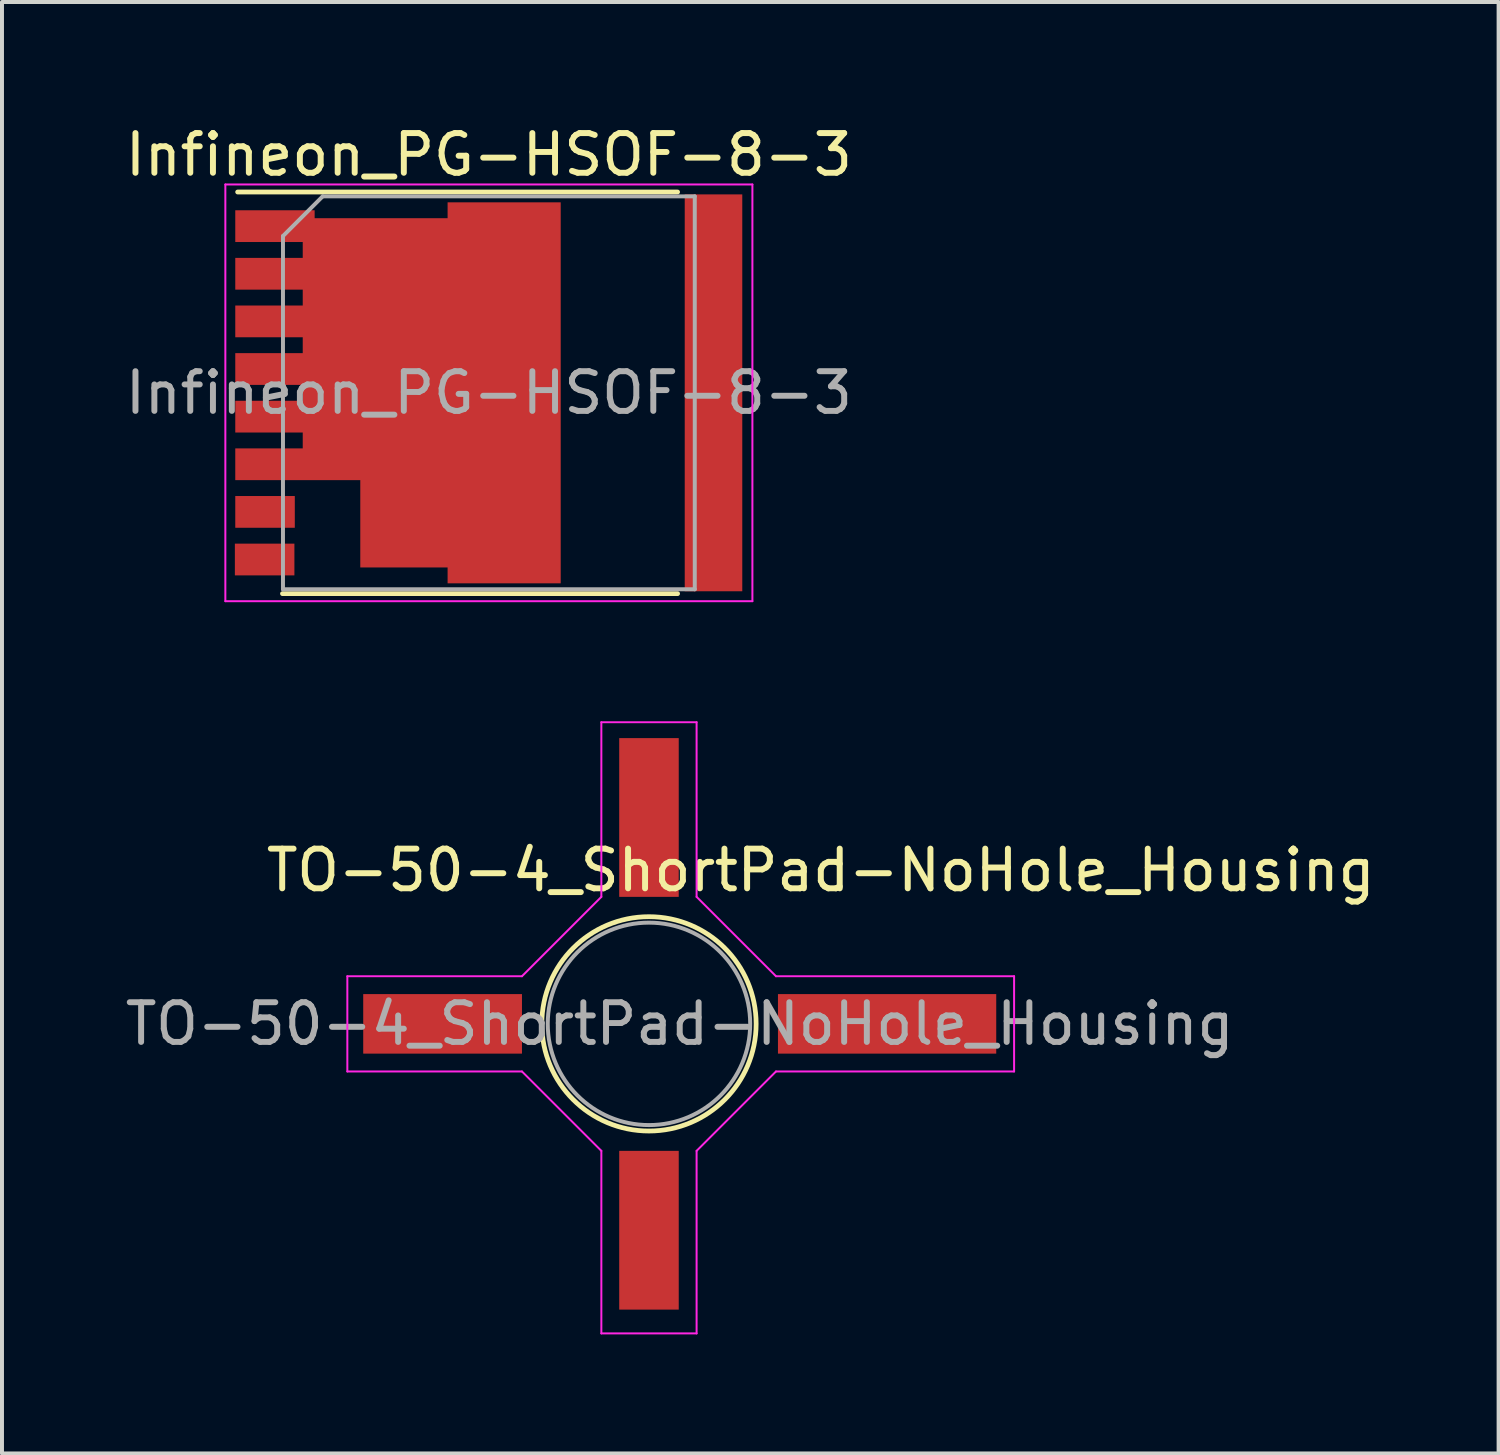
<source format=kicad_pcb>
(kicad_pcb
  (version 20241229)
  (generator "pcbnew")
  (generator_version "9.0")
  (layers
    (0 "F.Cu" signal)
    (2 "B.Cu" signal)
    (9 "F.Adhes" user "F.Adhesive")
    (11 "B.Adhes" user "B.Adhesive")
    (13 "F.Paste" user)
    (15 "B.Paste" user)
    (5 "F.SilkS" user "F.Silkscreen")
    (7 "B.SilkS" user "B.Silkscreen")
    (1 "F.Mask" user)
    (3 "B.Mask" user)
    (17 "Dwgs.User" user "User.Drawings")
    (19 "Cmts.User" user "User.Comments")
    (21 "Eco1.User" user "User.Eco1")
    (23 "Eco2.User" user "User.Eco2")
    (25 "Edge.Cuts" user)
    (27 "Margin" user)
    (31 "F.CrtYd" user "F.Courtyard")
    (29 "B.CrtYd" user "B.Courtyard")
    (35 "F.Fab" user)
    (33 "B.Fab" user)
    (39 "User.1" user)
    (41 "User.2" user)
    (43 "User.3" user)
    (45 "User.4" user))
  (footprint "Infineon_PG-HSOF-8-3"
    (layer "F.Cu")
    (at 9.268 6.848)
    (property "Reference" "Infineon_PG-HSOF-8-3" (at 0 -6 0) (layer "F.SilkS") (effects (font (size 1 1) (thickness 0.15))))
    (attr smd)
    (fp_line (start -5.2 5.06) (end 4.755 5.06) (stroke (width 0.12) (type solid)) (layer "F.SilkS"))
    (fp_line (start 4.755 -5.06) (end -6.33 -5.06) (stroke (width 0.12) (type solid)) (layer "F.SilkS"))
    (fp_line (start -6.64 5.25) (end -6.64 -5.25) (stroke (width 0.05) (type solid)) (layer "F.CrtYd"))
    (fp_line (start -6.64 5.25) (end 6.64 5.25) (stroke (width 0.05) (type solid)) (layer "F.CrtYd"))
    (fp_line (start 6.64 -5.25) (end -6.64 -5.25) (stroke (width 0.05) (type solid)) (layer "F.CrtYd"))
    (fp_line (start 6.64 -5.25) (end 6.64 5.25) (stroke (width 0.05) (type solid)) (layer "F.CrtYd"))
    (fp_line (start -5.188 4.95) (end -5.188 -3.95) (stroke (width 0.1) (type solid)) (layer "F.Fab"))
    (fp_line (start -4.188 -4.95) (end -5.188 -3.95) (stroke (width 0.1) (type solid)) (layer "F.Fab"))
    (fp_line (start -4.188 -4.95) (end 5.188 -4.95) (stroke (width 0.1) (type solid)) (layer "F.Fab"))
    (fp_line (start 5.188 -4.95) (end 5.188 4.95) (stroke (width 0.1) (type solid)) (layer "F.Fab"))
    (fp_line (start 5.188 4.95) (end -5.188 4.95) (stroke (width 0.1) (type solid)) (layer "F.Fab"))
    (fp_text user "${REFERENCE}" (at 0 0 0) (layer "F.Fab") (effects (font (size 1 1) (thickness 0.15))))
    (pad "" smd rect (at -5.44 -4.2) (size 1.8 0.8) (layers "F.Paste"))
    (pad "" smd rect (at -5.44 -3) (size 1.8 0.8) (layers "F.Paste"))
    (pad "" smd rect (at -5.44 -1.8) (size 1.8 0.8) (layers "F.Paste"))
    (pad "" smd rect (at -5.44 -0.6) (size 1.8 0.8) (layers "F.Paste"))
    (pad "" smd rect (at -5.44 0.6) (size 1.8 0.8) (layers "F.Paste"))
    (pad "" smd rect (at -5.44 1.8) (size 1.8 0.8) (layers "F.Paste"))
    (pad "" smd rect (at -3.6 -2.25) (size 0.8 4.1) (layers "F.Paste"))
    (pad "" smd rect (at -3.6 1.15) (size 0.8 1.9) (layers "F.Paste"))
    (pad "" smd rect (at -2.4 -2.25) (size 0.8 4.1) (layers "F.Paste"))
    (pad "" smd rect (at -2.4 2.25) (size 0.8 4.1) (layers "F.Paste"))
    (pad "" smd rect (at -1.2 -2.25) (size 0.8 4.1) (layers "F.Paste"))
    (pad "" smd rect (at -1.2 2.25) (size 0.8 4.1) (layers "F.Paste"))
    (pad "" smd rect (at 0 -2.45) (size 0.8 4.5) (layers "F.Paste"))
    (pad "" smd rect (at 0 2.45) (size 0.8 4.5) (layers "F.Paste"))
    (pad "" smd rect (at 1.26 -2.45) (size 0.8 4.5) (layers "F.Paste"))
    (pad "" smd rect (at 1.26 2.45) (size 0.8 4.5) (layers "F.Paste"))
    (pad "" smd rect (at 5.65 -4) (size 1.35 1.5) (layers "F.Paste"))
    (pad "" smd rect (at 5.65 4) (size 1.35 1.5) (layers "F.Paste"))
    (pad "" smd rect (at 5.66 -2) (size 1.35 1.5) (layers "F.Paste"))
    (pad "" smd rect (at 5.66 0) (size 1.35 1.5) (layers "F.Paste"))
    (pad "" smd rect (at 5.66 2) (size 1.35 1.5) (layers "F.Paste"))
    (pad "1" smd custom (at 0.385 0) (size 2.85 9.6) (layers "F.Cu" "F.Mask") (options (anchor rect)) (primitives (gr_poly (pts (xy -1.425 -4.4) (xy -1.425 4.4) (xy -3.625 4.4) (xy -3.625 2.2) (xy -6.775 2.2) (xy -6.775 1.4) (xy -5.075 1.4) (xy -5.075 1) (xy -6.775 1) (xy -6.775 0.2) (xy -5.075 0.2) (xy -5.075 -0.2) (xy -6.775 -0.2) (xy -6.775 -1) (xy -5.075 -1) (xy -5.075 -1.4) (xy -6.775 -1.4) (xy -6.775 -2.2) (xy -5.075 -2.2) (xy -5.075 -2.6) (xy -6.775 -2.6) (xy -6.775 -3.4) (xy -5.075 -3.4) (xy -5.075 -3.8) (xy -6.775 -3.8) (xy -6.775 -4.6) (xy -4.775 -4.6) (xy -4.775 -4.4)) (width 0) (fill yes))))
    (pad "2" smd rect (at -5.64 3) (size 1.5 0.8) (layers "F.Cu" "F.Mask" "F.Paste"))
    (pad "3" smd rect (at -5.65 4.2) (size 1.5 0.8) (layers "F.Cu" "F.Mask" "F.Paste"))
    (pad "4" smd rect (at 5.66 0) (size 1.45 10) (layers "F.Cu" "F.Mask")))
  (footprint "TO-50-4_ShortPad-NoHole_Housing"
    (layer "F.Cu")
    (at 13.702 22.748)
    (property "Reference" "TO-50-4_ShortPad-NoHole_Housing" (at 3.93 -3.87 0) (layer "F.SilkS") (effects (font (size 1 1) (thickness 0.15))))
    (attr smd)
    (fp_circle (center -0.4 0) (end -0.4 -2.7) (stroke (width 0.12) (type solid)) (fill no) (layer "F.SilkS"))
    (fp_line (start -8 -1.2) (end -3.6 -1.2) (stroke (width 0.05) (type solid)) (layer "F.CrtYd"))
    (fp_line (start -8 1.2) (end -8 -1.2) (stroke (width 0.05) (type solid)) (layer "F.CrtYd"))
    (fp_line (start -3.6 -1.2) (end -1.6 -3.2) (stroke (width 0.05) (type solid)) (layer "F.CrtYd"))
    (fp_line (start -3.6 1.2) (end -8 1.2) (stroke (width 0.05) (type solid)) (layer "F.CrtYd"))
    (fp_line (start -1.6 -7.6) (end 0.8 -7.6) (stroke (width 0.05) (type solid)) (layer "F.CrtYd"))
    (fp_line (start -1.6 -3.2) (end -1.6 -7.6) (stroke (width 0.05) (type solid)) (layer "F.CrtYd"))
    (fp_line (start -1.6 3.2) (end -3.6 1.2) (stroke (width 0.05) (type solid)) (layer "F.CrtYd"))
    (fp_line (start -1.6 7.8) (end -1.6 3.2) (stroke (width 0.05) (type solid)) (layer "F.CrtYd"))
    (fp_line (start 0.8 -7.6) (end 0.8 -3.2) (stroke (width 0.05) (type solid)) (layer "F.CrtYd"))
    (fp_line (start 0.8 -3.2) (end 2.8 -1.2) (stroke (width 0.05) (type solid)) (layer "F.CrtYd"))
    (fp_line (start 0.8 3.2) (end 0.8 7.8) (stroke (width 0.05) (type solid)) (layer "F.CrtYd"))
    (fp_line (start 0.8 7.8) (end -1.6 7.8) (stroke (width 0.05) (type solid)) (layer "F.CrtYd"))
    (fp_line (start 2.8 -1.2) (end 8.8 -1.2) (stroke (width 0.05) (type solid)) (layer "F.CrtYd"))
    (fp_line (start 2.8 1.2) (end 0.8 3.2) (stroke (width 0.05) (type solid)) (layer "F.CrtYd"))
    (fp_line (start 8.8 -1.2) (end 8.8 1.2) (stroke (width 0.05) (type solid)) (layer "F.CrtYd"))
    (fp_line (start 8.8 1.2) (end 2.8 1.2) (stroke (width 0.05) (type solid)) (layer "F.CrtYd"))
    (fp_circle (center -0.4 0) (end -0.35 -2.55) (stroke (width 0.1) (type solid)) (fill no) (layer "F.Fab"))
    (fp_text user "${REFERENCE}" (at 0.375 0 0) (layer "F.Fab") (effects (font (size 1 1) (thickness 0.15))))
    (pad "1" smd rect (at -5.6 0 270) (size 1.5 4) (layers "F.Cu" "F.Mask" "F.Paste"))
    (pad "2" smd rect (at -0.4 5.2 270) (size 4 1.5) (layers "F.Cu" "F.Mask" "F.Paste"))
    (pad "3" smd rect (at 5.6 0 270) (size 1.5 5.5) (layers "F.Cu" "F.Mask" "F.Paste"))
    (pad "4" smd rect (at -0.4 -5.2 270) (size 4 1.5) (layers "F.Cu" "F.Mask" "F.Paste")))
  (gr_rect
    (start -3 -3)
    (end 34.71 33.573)
    (stroke (width 0.1) (type default))
    (fill no)
    (layer "Edge.Cuts")))
</source>
